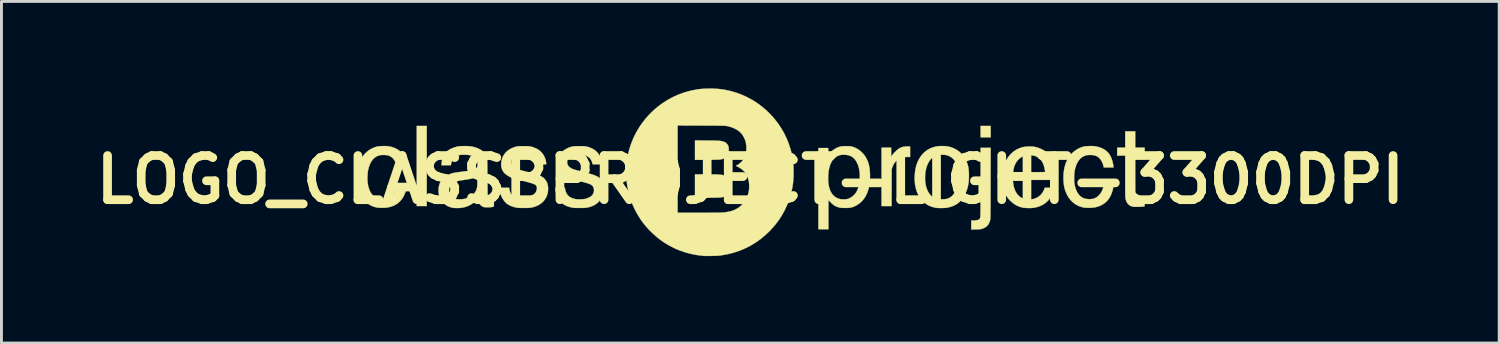
<source format=kicad_pcb>
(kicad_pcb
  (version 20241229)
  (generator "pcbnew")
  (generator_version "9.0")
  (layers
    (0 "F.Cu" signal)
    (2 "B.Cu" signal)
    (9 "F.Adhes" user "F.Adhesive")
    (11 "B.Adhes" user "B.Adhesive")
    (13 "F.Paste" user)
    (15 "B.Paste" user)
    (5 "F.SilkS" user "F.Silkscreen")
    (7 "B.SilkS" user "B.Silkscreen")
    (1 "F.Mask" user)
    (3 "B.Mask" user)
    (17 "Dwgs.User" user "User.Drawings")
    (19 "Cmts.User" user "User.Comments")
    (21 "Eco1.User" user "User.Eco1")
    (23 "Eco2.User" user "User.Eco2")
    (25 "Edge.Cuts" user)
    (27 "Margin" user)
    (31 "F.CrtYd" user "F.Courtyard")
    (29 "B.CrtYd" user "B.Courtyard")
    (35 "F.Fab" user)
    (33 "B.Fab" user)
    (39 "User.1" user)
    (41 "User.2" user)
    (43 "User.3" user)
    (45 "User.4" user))
  (footprint "LOGO_CLASSBPROJECT-LIGHT-3300DPI"
    (layer "F.Cu")
    (at 22.831 3.149)
    (property "Reference" "LOGO_CLASSBPROJECT-LIGHT-3300DPI" (at 0 0 0) (layer "F.SilkS") (effects (font (size 1.524 1.524) (thickness 0.3))))
    (attr through_hole)
    (fp_poly (pts (xy -11.161 0.908) (xy -11.507 0.908) (xy -11.507 -1.855) (xy -11.161 -1.855) (xy -11.161 0.908)) (stroke (width 0.01) (type solid)) (fill yes) (layer "F.SilkS"))
    (fp_poly (pts (xy 8.29 -1.462) (xy 7.943 -1.462) (xy 7.943 -1.855) (xy 8.29 -1.855) (xy 8.29 -1.462)) (stroke (width 0.01) (type solid)) (fill yes) (layer "F.SilkS"))
    (fp_poly (pts (xy 5.511 -0.785) (xy 5.408 -0.785) (xy 5.32 -0.781) (xy 5.242 -0.769) (xy 5.174 -0.747) (xy 5.113 -0.715) (xy 5.058 -0.673) (xy 5.028 -0.643) (xy 4.983 -0.59) (xy 4.947 -0.538) (xy 4.918 -0.479) (xy 4.9 -0.433) (xy 4.876 -0.366) (xy 4.874 0.271) (xy 4.872 0.908) (xy 4.526 0.908) (xy 4.526 -1.108) (xy 4.857 -1.108) (xy 4.857 -0.79) (xy 4.879 -0.825) (xy 4.906 -0.862) (xy 4.941 -0.905) (xy 4.981 -0.948) (xy 5.023 -0.99) (xy 5.062 -1.026) (xy 5.068 -1.03) (xy 5.128 -1.074) (xy 5.188 -1.106) (xy 5.249 -1.129) (xy 5.317 -1.142) (xy 5.394 -1.147) (xy 5.414 -1.147) (xy 5.511 -1.147) (xy 5.511 -0.785)) (stroke (width 0.01) (type solid)) (fill yes) (layer "F.SilkS"))
    (fp_poly (pts (xy -1.518 -0.185) (xy -1.412 -0.185) (xy -1.319 -0.184) (xy -1.239 -0.183) (xy -1.171 -0.182) (xy -1.113 -0.179) (xy -1.063 -0.176) (xy -1.021 -0.172) (xy -0.985 -0.167) (xy -0.953 -0.161) (xy -0.926 -0.153) (xy -0.9 -0.144) (xy -0.875 -0.134) (xy -0.857 -0.125) (xy -0.797 -0.089) (xy -0.749 -0.041) (xy -0.712 0.016) (xy -0.688 0.081) (xy -0.682 0.113) (xy -0.679 0.156) (xy -0.678 0.204) (xy -0.679 0.252) (xy -0.683 0.295) (xy -0.686 0.312) (xy -0.705 0.381) (xy -0.738 0.443) (xy -0.781 0.498) (xy -0.834 0.544) (xy -0.88 0.57) (xy -0.901 0.58) (xy -0.92 0.588) (xy -0.94 0.595) (xy -0.96 0.601) (xy -0.984 0.606) (xy -1.011 0.61) (xy -1.043 0.613) (xy -1.082 0.615) (xy -1.129 0.617) (xy -1.185 0.618) (xy -1.252 0.619) (xy -1.331 0.62) (xy -1.424 0.621) (xy -1.472 0.621) (xy -1.909 0.625) (xy -1.909 -0.185) (xy -1.518 -0.185)) (stroke (width 0.01) (type solid)) (fill yes) (layer "F.SilkS"))
    (fp_poly (pts (xy -1.495 -1.352) (xy -1.399 -1.352) (xy -1.317 -1.351) (xy -1.248 -1.349) (xy -1.189 -1.348) (xy -1.14 -1.346) (xy -1.099 -1.344) (xy -1.064 -1.342) (xy -1.034 -1.338) (xy -1.007 -1.334) (xy -0.983 -1.329) (xy -0.958 -1.323) (xy -0.933 -1.316) (xy -0.921 -1.313) (xy -0.868 -1.29) (xy -0.821 -1.254) (xy -0.787 -1.213) (xy -0.769 -1.184) (xy -0.757 -1.154) (xy -0.749 -1.122) (xy -0.745 -1.082) (xy -0.743 -1.032) (xy -0.743 -1.02) (xy -0.744 -0.977) (xy -0.746 -0.945) (xy -0.75 -0.92) (xy -0.756 -0.898) (xy -0.761 -0.884) (xy -0.79 -0.83) (xy -0.83 -0.785) (xy -0.883 -0.75) (xy -0.897 -0.742) (xy -0.919 -0.732) (xy -0.94 -0.723) (xy -0.96 -0.715) (xy -0.98 -0.709) (xy -1.004 -0.704) (xy -1.031 -0.699) (xy -1.062 -0.696) (xy -1.101 -0.693) (xy -1.147 -0.692) (xy -1.203 -0.69) (xy -1.269 -0.689) (xy -1.347 -0.688) (xy -1.438 -0.687) (xy -1.484 -0.687) (xy -1.909 -0.684) (xy -1.909 -1.356) (xy -1.495 -1.352)) (stroke (width 0.01) (type solid)) (fill yes) (layer "F.SilkS"))
    (fp_poly (pts (xy 8.287 0.121) (xy 8.287 0.283) (xy 8.287 0.429) (xy 8.286 0.562) (xy 8.286 0.682) (xy 8.286 0.789) (xy 8.285 0.884) (xy 8.285 0.969) (xy 8.284 1.043) (xy 8.284 1.107) (xy 8.283 1.163) (xy 8.282 1.211) (xy 8.282 1.251) (xy 8.281 1.285) (xy 8.28 1.313) (xy 8.279 1.336) (xy 8.278 1.354) (xy 8.276 1.368) (xy 8.275 1.38) (xy 8.273 1.389) (xy 8.272 1.397) (xy 8.246 1.474) (xy 8.211 1.541) (xy 8.165 1.596) (xy 8.108 1.641) (xy 8.04 1.676) (xy 7.978 1.697) (xy 7.954 1.703) (xy 7.923 1.707) (xy 7.884 1.71) (xy 7.832 1.713) (xy 7.776 1.714) (xy 7.62 1.718) (xy 7.62 1.409) (xy 7.668 1.409) (xy 7.711 1.407) (xy 7.757 1.403) (xy 7.803 1.397) (xy 7.842 1.39) (xy 7.871 1.382) (xy 7.874 1.381) (xy 7.896 1.368) (xy 7.913 1.348) (xy 7.925 1.319) (xy 7.934 1.277) (xy 7.935 1.265) (xy 7.936 1.25) (xy 7.937 1.219) (xy 7.938 1.174) (xy 7.939 1.115) (xy 7.94 1.042) (xy 7.941 0.956) (xy 7.941 0.857) (xy 7.942 0.746) (xy 7.942 0.622) (xy 7.943 0.487) (xy 7.943 0.34) (xy 7.943 0.183) (xy 7.943 0.056) (xy 7.943 -1.101) (xy 8.29 -1.101) (xy 8.287 0.121)) (stroke (width 0.01) (type solid)) (fill yes) (layer "F.SilkS"))
    (fp_poly (pts (xy 13.277 -1.108) (xy 13.601 -1.108) (xy 13.601 -0.831) (xy 13.277 -0.831) (xy 13.277 -0.156) (xy 13.277 -0.038) (xy 13.278 0.065) (xy 13.278 0.155) (xy 13.278 0.233) (xy 13.278 0.299) (xy 13.279 0.354) (xy 13.279 0.4) (xy 13.28 0.438) (xy 13.281 0.468) (xy 13.282 0.492) (xy 13.283 0.51) (xy 13.285 0.524) (xy 13.287 0.535) (xy 13.289 0.542) (xy 13.291 0.549) (xy 13.292 0.55) (xy 13.307 0.578) (xy 13.326 0.599) (xy 13.349 0.614) (xy 13.381 0.624) (xy 13.423 0.629) (xy 13.477 0.631) (xy 13.496 0.631) (xy 13.601 0.631) (xy 13.601 0.914) (xy 13.556 0.924) (xy 13.527 0.928) (xy 13.486 0.932) (xy 13.438 0.934) (xy 13.386 0.936) (xy 13.332 0.936) (xy 13.282 0.936) (xy 13.237 0.934) (xy 13.202 0.931) (xy 13.183 0.927) (xy 13.118 0.905) (xy 13.064 0.871) (xy 13.019 0.827) (xy 12.983 0.771) (xy 12.956 0.702) (xy 12.943 0.657) (xy 12.941 0.646) (xy 12.939 0.633) (xy 12.938 0.617) (xy 12.936 0.596) (xy 12.935 0.571) (xy 12.934 0.54) (xy 12.933 0.501) (xy 12.933 0.455) (xy 12.932 0.399) (xy 12.932 0.334) (xy 12.931 0.258) (xy 12.931 0.169) (xy 12.931 0.068) (xy 12.931 -0.047) (xy 12.931 -0.115) (xy 12.931 -0.831) (xy 12.654 -0.831) (xy 12.654 -1.108) (xy 12.931 -1.108) (xy 12.931 -1.67) (xy 13.277 -1.67) (xy 13.277 -1.108)) (stroke (width 0.01) (type solid)) (fill yes) (layer "F.SilkS"))
    (fp_poly (pts (xy -12.566 -1.161) (xy -12.516 -1.158) (xy -12.492 -1.155) (xy -12.382 -1.133) (xy -12.281 -1.1) (xy -12.191 -1.057) (xy -12.111 -1.004) (xy -12.042 -0.941) (xy -12.017 -0.911) (xy -11.97 -0.843) (xy -11.93 -0.764) (xy -11.897 -0.673) (xy -11.87 -0.57) (xy -11.85 -0.456) (xy -11.845 -0.423) (xy -12.182 -0.423) (xy -12.2 -0.49) (xy -12.224 -0.565) (xy -12.257 -0.636) (xy -12.296 -0.698) (xy -12.333 -0.742) (xy -12.38 -0.783) (xy -12.432 -0.814) (xy -12.49 -0.836) (xy -12.557 -0.849) (xy -12.636 -0.854) (xy -12.654 -0.854) (xy -12.706 -0.853) (xy -12.751 -0.849) (xy -12.787 -0.843) (xy -12.789 -0.843) (xy -12.868 -0.815) (xy -12.939 -0.774) (xy -13.002 -0.72) (xy -13.057 -0.653) (xy -13.104 -0.573) (xy -13.143 -0.479) (xy -13.174 -0.373) (xy -13.189 -0.302) (xy -13.197 -0.248) (xy -13.202 -0.182) (xy -13.206 -0.111) (xy -13.207 -0.038) (xy -13.205 0.032) (xy -13.201 0.095) (xy -13.197 0.131) (xy -13.177 0.233) (xy -13.148 0.327) (xy -13.111 0.412) (xy -13.067 0.485) (xy -13.016 0.546) (xy -12.968 0.589) (xy -12.919 0.621) (xy -12.864 0.644) (xy -12.826 0.654) (xy -12.774 0.664) (xy -12.714 0.669) (xy -12.652 0.669) (xy -12.593 0.665) (xy -12.555 0.658) (xy -12.483 0.633) (xy -12.416 0.594) (xy -12.356 0.543) (xy -12.302 0.479) (xy -12.256 0.404) (xy -12.218 0.318) (xy -12.192 0.233) (xy -12.184 0.2) (xy -11.845 0.2) (xy -11.85 0.229) (xy -11.876 0.354) (xy -11.911 0.466) (xy -11.955 0.566) (xy -12.009 0.655) (xy -12.072 0.732) (xy -12.144 0.799) (xy -12.196 0.836) (xy -12.269 0.879) (xy -12.344 0.912) (xy -12.425 0.938) (xy -12.516 0.958) (xy -12.518 0.958) (xy -12.56 0.963) (xy -12.612 0.967) (xy -12.669 0.969) (xy -12.729 0.969) (xy -12.787 0.967) (xy -12.838 0.964) (xy -12.879 0.959) (xy -12.888 0.958) (xy -12.994 0.929) (xy -13.093 0.887) (xy -13.184 0.832) (xy -13.268 0.765) (xy -13.343 0.686) (xy -13.408 0.596) (xy -13.464 0.495) (xy -13.51 0.385) (xy -13.539 0.289) (xy -13.56 0.185) (xy -13.573 0.071) (xy -13.577 -0.049) (xy -13.574 -0.171) (xy -13.562 -0.292) (xy -13.542 -0.408) (xy -13.53 -0.458) (xy -13.493 -0.577) (xy -13.444 -0.687) (xy -13.384 -0.787) (xy -13.314 -0.877) (xy -13.234 -0.957) (xy -13.145 -1.025) (xy -13.047 -1.081) (xy -12.941 -1.124) (xy -12.889 -1.14) (xy -12.851 -1.148) (xy -12.802 -1.154) (xy -12.745 -1.158) (xy -12.685 -1.161) (xy -12.623 -1.162) (xy -12.566 -1.161)) (stroke (width 0.01) (type solid)) (fill yes) (layer "F.SilkS"))
    (fp_poly (pts (xy 11.81 -1.161) (xy 11.861 -1.158) (xy 11.885 -1.155) (xy 11.995 -1.133) (xy 12.095 -1.1) (xy 12.186 -1.057) (xy 12.266 -1.004) (xy 12.334 -0.941) (xy 12.36 -0.911) (xy 12.406 -0.843) (xy 12.446 -0.764) (xy 12.479 -0.673) (xy 12.506 -0.57) (xy 12.526 -0.456) (xy 12.531 -0.423) (xy 12.194 -0.423) (xy 12.177 -0.49) (xy 12.152 -0.565) (xy 12.119 -0.636) (xy 12.08 -0.698) (xy 12.043 -0.742) (xy 11.996 -0.783) (xy 11.944 -0.814) (xy 11.886 -0.836) (xy 11.819 -0.849) (xy 11.741 -0.854) (xy 11.722 -0.854) (xy 11.671 -0.853) (xy 11.625 -0.849) (xy 11.59 -0.843) (xy 11.587 -0.843) (xy 11.508 -0.815) (xy 11.437 -0.774) (xy 11.374 -0.72) (xy 11.319 -0.653) (xy 11.272 -0.573) (xy 11.233 -0.479) (xy 11.202 -0.373) (xy 11.187 -0.302) (xy 11.18 -0.248) (xy 11.174 -0.182) (xy 11.171 -0.111) (xy 11.17 -0.038) (xy 11.171 0.032) (xy 11.175 0.095) (xy 11.179 0.131) (xy 11.199 0.233) (xy 11.228 0.327) (xy 11.265 0.412) (xy 11.31 0.485) (xy 11.361 0.546) (xy 11.409 0.589) (xy 11.458 0.621) (xy 11.513 0.644) (xy 11.55 0.654) (xy 11.602 0.664) (xy 11.662 0.669) (xy 11.724 0.669) (xy 11.783 0.665) (xy 11.822 0.658) (xy 11.894 0.633) (xy 11.96 0.594) (xy 12.021 0.543) (xy 12.074 0.479) (xy 12.12 0.404) (xy 12.158 0.318) (xy 12.184 0.233) (xy 12.193 0.2) (xy 12.531 0.2) (xy 12.527 0.229) (xy 12.5 0.354) (xy 12.465 0.466) (xy 12.421 0.566) (xy 12.367 0.655) (xy 12.305 0.732) (xy 12.232 0.799) (xy 12.18 0.836) (xy 12.107 0.879) (xy 12.032 0.912) (xy 11.951 0.938) (xy 11.86 0.958) (xy 11.858 0.958) (xy 11.816 0.963) (xy 11.765 0.967) (xy 11.707 0.969) (xy 11.647 0.969) (xy 11.59 0.967) (xy 11.538 0.964) (xy 11.497 0.959) (xy 11.489 0.958) (xy 11.383 0.929) (xy 11.283 0.887) (xy 11.192 0.832) (xy 11.108 0.765) (xy 11.034 0.686) (xy 10.968 0.596) (xy 10.912 0.495) (xy 10.866 0.385) (xy 10.838 0.289) (xy 10.817 0.185) (xy 10.804 0.071) (xy 10.799 -0.049) (xy 10.803 -0.171) (xy 10.814 -0.292) (xy 10.834 -0.408) (xy 10.846 -0.458) (xy 10.883 -0.577) (xy 10.932 -0.687) (xy 10.992 -0.787) (xy 11.062 -0.877) (xy 11.142 -0.957) (xy 11.232 -1.025) (xy 11.329 -1.081) (xy 11.435 -1.124) (xy 11.488 -1.14) (xy 11.525 -1.148) (xy 11.574 -1.154) (xy 11.631 -1.158) (xy 11.692 -1.161) (xy 11.753 -1.162) (xy 11.81 -1.161)) (stroke (width 0.01) (type solid)) (fill yes) (layer "F.SilkS"))
    (fp_poly (pts (xy 3.362 -1.158) (xy 3.403 -1.157) (xy 3.434 -1.156) (xy 3.459 -1.153) (xy 3.48 -1.15) (xy 3.502 -1.144) (xy 3.527 -1.137) (xy 3.529 -1.136) (xy 3.63 -1.097) (xy 3.724 -1.045) (xy 3.81 -0.981) (xy 3.887 -0.905) (xy 3.955 -0.818) (xy 4.012 -0.722) (xy 4.059 -0.616) (xy 4.067 -0.591) (xy 4.093 -0.498) (xy 4.112 -0.394) (xy 4.124 -0.282) (xy 4.129 -0.165) (xy 4.127 -0.046) (xy 4.119 0.073) (xy 4.104 0.188) (xy 4.082 0.297) (xy 4.068 0.35) (xy 4.027 0.466) (xy 3.976 0.571) (xy 3.914 0.666) (xy 3.842 0.749) (xy 3.76 0.82) (xy 3.668 0.88) (xy 3.629 0.901) (xy 3.579 0.924) (xy 3.535 0.942) (xy 3.492 0.955) (xy 3.448 0.964) (xy 3.4 0.97) (xy 3.343 0.973) (xy 3.275 0.973) (xy 3.267 0.973) (xy 3.214 0.973) (xy 3.173 0.972) (xy 3.142 0.971) (xy 3.117 0.969) (xy 3.095 0.965) (xy 3.074 0.96) (xy 3.05 0.953) (xy 3.044 0.952) (xy 2.988 0.932) (xy 2.939 0.911) (xy 2.895 0.886) (xy 2.852 0.854) (xy 2.805 0.813) (xy 2.781 0.789) (xy 2.694 0.704) (xy 2.694 1.709) (xy 2.348 1.709) (xy 2.348 -0.018) (xy 2.684 -0.018) (xy 2.691 0.103) (xy 2.707 0.213) (xy 2.733 0.312) (xy 2.768 0.4) (xy 2.812 0.477) (xy 2.865 0.542) (xy 2.927 0.594) (xy 2.998 0.635) (xy 3.076 0.663) (xy 3.106 0.67) (xy 3.14 0.674) (xy 3.184 0.676) (xy 3.233 0.676) (xy 3.281 0.674) (xy 3.322 0.67) (xy 3.351 0.665) (xy 3.42 0.64) (xy 3.487 0.602) (xy 3.55 0.553) (xy 3.607 0.496) (xy 3.653 0.432) (xy 3.67 0.402) (xy 3.706 0.325) (xy 3.733 0.244) (xy 3.754 0.157) (xy 3.768 0.06) (xy 3.776 -0.042) (xy 3.777 -0.162) (xy 3.768 -0.277) (xy 3.75 -0.384) (xy 3.723 -0.483) (xy 3.687 -0.573) (xy 3.643 -0.652) (xy 3.59 -0.719) (xy 3.579 -0.731) (xy 3.521 -0.781) (xy 3.457 -0.818) (xy 3.386 -0.844) (xy 3.307 -0.858) (xy 3.229 -0.862) (xy 3.181 -0.861) (xy 3.137 -0.857) (xy 3.102 -0.851) (xy 3.098 -0.85) (xy 3.018 -0.823) (xy 2.947 -0.782) (xy 2.884 -0.729) (xy 2.83 -0.662) (xy 2.784 -0.584) (xy 2.747 -0.492) (xy 2.718 -0.388) (xy 2.698 -0.272) (xy 2.687 -0.149) (xy 2.684 -0.018) (xy 2.348 -0.018) (xy 2.348 -1.093) (xy 2.686 -1.093) (xy 2.686 -0.864) (xy 2.769 -0.946) (xy 2.836 -1.007) (xy 2.902 -1.055) (xy 2.97 -1.094) (xy 3.045 -1.125) (xy 3.11 -1.145) (xy 3.131 -1.15) (xy 3.156 -1.154) (xy 3.186 -1.156) (xy 3.224 -1.157) (xy 3.273 -1.158) (xy 3.31 -1.158) (xy 3.362 -1.158)) (stroke (width 0.01) (type solid)) (fill yes) (layer "F.SilkS"))
    (fp_poly (pts (xy 6.668 -1.161) (xy 6.729 -1.158) (xy 6.782 -1.153) (xy 6.801 -1.15) (xy 6.916 -1.123) (xy 7.024 -1.081) (xy 7.126 -1.026) (xy 7.219 -0.958) (xy 7.277 -0.905) (xy 7.347 -0.826) (xy 7.406 -0.741) (xy 7.453 -0.646) (xy 7.487 -0.554) (xy 7.506 -0.491) (xy 7.52 -0.428) (xy 7.53 -0.361) (xy 7.536 -0.288) (xy 7.541 -0.203) (xy 7.541 -0.191) (xy 7.54 -0.043) (xy 7.529 0.095) (xy 7.506 0.225) (xy 7.472 0.346) (xy 7.427 0.461) (xy 7.37 0.57) (xy 7.336 0.623) (xy 7.272 0.709) (xy 7.198 0.783) (xy 7.114 0.844) (xy 7.021 0.895) (xy 6.918 0.933) (xy 6.805 0.961) (xy 6.777 0.966) (xy 6.738 0.971) (xy 6.688 0.974) (xy 6.631 0.976) (xy 6.571 0.977) (xy 6.512 0.976) (xy 6.458 0.974) (xy 6.412 0.97) (xy 6.385 0.966) (xy 6.273 0.938) (xy 6.169 0.898) (xy 6.074 0.844) (xy 5.988 0.778) (xy 5.911 0.7) (xy 5.843 0.609) (xy 5.79 0.519) (xy 5.743 0.41) (xy 5.707 0.291) (xy 5.682 0.165) (xy 5.669 0.031) (xy 5.668 -0.063) (xy 6.027 -0.063) (xy 6.032 0.051) (xy 6.046 0.159) (xy 6.069 0.258) (xy 6.101 0.349) (xy 6.141 0.431) (xy 6.189 0.501) (xy 6.244 0.56) (xy 6.306 0.606) (xy 6.336 0.623) (xy 6.383 0.644) (xy 6.428 0.659) (xy 6.474 0.669) (xy 6.526 0.674) (xy 6.587 0.675) (xy 6.619 0.675) (xy 6.668 0.673) (xy 6.705 0.671) (xy 6.734 0.668) (xy 6.759 0.664) (xy 6.784 0.657) (xy 6.801 0.652) (xy 6.868 0.624) (xy 6.927 0.587) (xy 6.979 0.539) (xy 7.025 0.481) (xy 7.065 0.409) (xy 7.101 0.324) (xy 7.116 0.282) (xy 7.148 0.169) (xy 7.169 0.056) (xy 7.179 -0.062) (xy 7.179 -0.188) (xy 7.179 -0.189) (xy 7.173 -0.286) (xy 7.161 -0.373) (xy 7.144 -0.45) (xy 7.12 -0.522) (xy 7.088 -0.592) (xy 7.086 -0.596) (xy 7.04 -0.67) (xy 6.983 -0.733) (xy 6.916 -0.784) (xy 6.839 -0.824) (xy 6.812 -0.834) (xy 6.783 -0.844) (xy 6.757 -0.85) (xy 6.73 -0.855) (xy 6.698 -0.858) (xy 6.657 -0.86) (xy 6.637 -0.86) (xy 6.568 -0.861) (xy 6.509 -0.857) (xy 6.458 -0.848) (xy 6.409 -0.834) (xy 6.36 -0.813) (xy 6.294 -0.773) (xy 6.235 -0.72) (xy 6.182 -0.654) (xy 6.136 -0.577) (xy 6.097 -0.49) (xy 6.067 -0.394) (xy 6.045 -0.289) (xy 6.031 -0.176) (xy 6.027 -0.063) (xy 5.668 -0.063) (xy 5.668 -0.109) (xy 5.672 -0.175) (xy 5.684 -0.293) (xy 5.702 -0.399) (xy 5.727 -0.496) (xy 5.759 -0.587) (xy 5.796 -0.67) (xy 5.857 -0.775) (xy 5.927 -0.869) (xy 6.006 -0.95) (xy 6.094 -1.018) (xy 6.19 -1.074) (xy 6.295 -1.116) (xy 6.408 -1.146) (xy 6.432 -1.151) (xy 6.48 -1.157) (xy 6.538 -1.161) (xy 6.602 -1.162) (xy 6.668 -1.161)) (stroke (width 0.01) (type solid)) (fill yes) (layer "F.SilkS"))
    (fp_poly (pts (xy 9.711 -1.145) (xy 9.771 -1.14) (xy 9.8 -1.136) (xy 9.905 -1.11) (xy 10.006 -1.073) (xy 10.1 -1.027) (xy 10.186 -0.971) (xy 10.262 -0.908) (xy 10.327 -0.839) (xy 10.35 -0.806) (xy 10.389 -0.745) (xy 10.422 -0.683) (xy 10.45 -0.616) (xy 10.473 -0.545) (xy 10.491 -0.467) (xy 10.505 -0.38) (xy 10.515 -0.282) (xy 10.522 -0.172) (xy 10.525 -0.11) (xy 10.529 0.008) (xy 9.059 0.008) (xy 9.059 0.04) (xy 9.061 0.073) (xy 9.066 0.116) (xy 9.074 0.164) (xy 9.083 0.212) (xy 9.093 0.257) (xy 9.098 0.276) (xy 9.129 0.364) (xy 9.169 0.443) (xy 9.217 0.512) (xy 9.273 0.569) (xy 9.335 0.614) (xy 9.362 0.628) (xy 9.411 0.649) (xy 9.46 0.663) (xy 9.513 0.672) (xy 9.572 0.676) (xy 9.64 0.675) (xy 9.688 0.674) (xy 9.724 0.671) (xy 9.753 0.667) (xy 9.779 0.661) (xy 9.807 0.652) (xy 9.81 0.651) (xy 9.893 0.615) (xy 9.967 0.566) (xy 10.031 0.507) (xy 10.084 0.436) (xy 10.126 0.356) (xy 10.135 0.335) (xy 10.156 0.277) (xy 10.328 0.277) (xy 10.499 0.277) (xy 10.494 0.306) (xy 10.477 0.373) (xy 10.449 0.446) (xy 10.412 0.521) (xy 10.367 0.595) (xy 10.318 0.665) (xy 10.265 0.726) (xy 10.252 0.739) (xy 10.17 0.81) (xy 10.079 0.869) (xy 9.978 0.916) (xy 9.869 0.95) (xy 9.77 0.969) (xy 9.722 0.974) (xy 9.665 0.977) (xy 9.602 0.977) (xy 9.538 0.976) (xy 9.478 0.972) (xy 9.424 0.967) (xy 9.39 0.961) (xy 9.284 0.931) (xy 9.183 0.887) (xy 9.087 0.828) (xy 8.997 0.755) (xy 8.99 0.748) (xy 8.917 0.673) (xy 8.855 0.592) (xy 8.804 0.506) (xy 8.763 0.412) (xy 8.73 0.308) (xy 8.706 0.192) (xy 8.697 0.139) (xy 8.693 0.096) (xy 8.691 0.043) (xy 8.689 -0.018) (xy 8.69 -0.083) (xy 8.691 -0.147) (xy 8.694 -0.207) (xy 8.699 -0.258) (xy 8.699 -0.262) (xy 9.065 -0.262) (xy 9.616 -0.262) (xy 9.722 -0.262) (xy 9.813 -0.262) (xy 9.891 -0.262) (xy 9.957 -0.262) (xy 10.011 -0.263) (xy 10.055 -0.263) (xy 10.09 -0.264) (xy 10.117 -0.265) (xy 10.137 -0.266) (xy 10.151 -0.267) (xy 10.16 -0.269) (xy 10.165 -0.271) (xy 10.167 -0.273) (xy 10.168 -0.275) (xy 10.166 -0.299) (xy 10.16 -0.333) (xy 10.152 -0.373) (xy 10.143 -0.416) (xy 10.132 -0.458) (xy 10.122 -0.494) (xy 10.121 -0.496) (xy 10.087 -0.581) (xy 10.043 -0.655) (xy 9.989 -0.717) (xy 9.926 -0.767) (xy 9.881 -0.793) (xy 9.823 -0.817) (xy 9.765 -0.834) (xy 9.702 -0.843) (xy 9.629 -0.847) (xy 9.624 -0.847) (xy 9.536 -0.841) (xy 9.457 -0.826) (xy 9.388 -0.799) (xy 9.376 -0.793) (xy 9.3 -0.744) (xy 9.234 -0.683) (xy 9.178 -0.612) (xy 9.133 -0.531) (xy 9.098 -0.441) (xy 9.076 -0.342) (xy 9.07 -0.306) (xy 9.065 -0.262) (xy 8.699 -0.262) (xy 8.701 -0.282) (xy 8.728 -0.415) (xy 8.766 -0.538) (xy 8.816 -0.653) (xy 8.879 -0.758) (xy 8.954 -0.854) (xy 9.004 -0.907) (xy 9.089 -0.979) (xy 9.181 -1.039) (xy 9.282 -1.087) (xy 9.39 -1.122) (xy 9.442 -1.132) (xy 9.505 -1.14) (xy 9.574 -1.145) (xy 9.644 -1.147) (xy 9.711 -1.145)) (stroke (width 0.01) (type solid)) (fill yes) (layer "F.SilkS"))
    (fp_poly (pts (xy -7.755 -1.158) (xy -7.694 -1.156) (xy -7.643 -1.153) (xy -7.599 -1.147) (xy -7.558 -1.14) (xy -7.518 -1.129) (xy -7.476 -1.115) (xy -7.449 -1.105) (xy -7.37 -1.07) (xy -7.299 -1.027) (xy -7.254 -0.993) (xy -7.198 -0.939) (xy -7.149 -0.875) (xy -7.107 -0.804) (xy -7.075 -0.731) (xy -7.053 -0.656) (xy -7.043 -0.585) (xy -7.043 -0.572) (xy -7.043 -0.531) (xy -7.365 -0.531) (xy -7.374 -0.574) (xy -7.388 -0.621) (xy -7.41 -0.67) (xy -7.438 -0.715) (xy -7.467 -0.751) (xy -7.471 -0.754) (xy -7.513 -0.786) (xy -7.566 -0.814) (xy -7.626 -0.837) (xy -7.647 -0.843) (xy -7.678 -0.85) (xy -7.721 -0.855) (xy -7.772 -0.858) (xy -7.826 -0.86) (xy -7.88 -0.861) (xy -7.929 -0.86) (xy -7.971 -0.857) (xy -7.988 -0.855) (xy -8.051 -0.838) (xy -8.109 -0.812) (xy -8.16 -0.778) (xy -8.2 -0.738) (xy -8.222 -0.704) (xy -8.233 -0.675) (xy -8.24 -0.638) (xy -8.242 -0.622) (xy -8.239 -0.564) (xy -8.223 -0.512) (xy -8.192 -0.465) (xy -8.148 -0.424) (xy -8.089 -0.387) (xy -8.034 -0.362) (xy -8.013 -0.355) (xy -7.979 -0.345) (xy -7.935 -0.332) (xy -7.882 -0.318) (xy -7.824 -0.302) (xy -7.762 -0.287) (xy -7.728 -0.278) (xy -7.619 -0.25) (xy -7.523 -0.225) (xy -7.441 -0.201) (xy -7.369 -0.179) (xy -7.308 -0.157) (xy -7.256 -0.136) (xy -7.211 -0.115) (xy -7.173 -0.093) (xy -7.14 -0.07) (xy -7.13 -0.062) (xy -7.095 -0.028) (xy -7.061 0.015) (xy -7.03 0.064) (xy -7.008 0.111) (xy -7.006 0.115) (xy -6.985 0.193) (xy -6.975 0.278) (xy -6.976 0.366) (xy -6.989 0.453) (xy -7.012 0.536) (xy -7.038 0.599) (xy -7.089 0.685) (xy -7.151 0.759) (xy -7.223 0.823) (xy -7.306 0.876) (xy -7.4 0.919) (xy -7.506 0.951) (xy -7.511 0.952) (xy -7.539 0.958) (xy -7.564 0.963) (xy -7.589 0.967) (xy -7.618 0.969) (xy -7.653 0.971) (xy -7.696 0.973) (xy -7.75 0.974) (xy -7.782 0.974) (xy -7.838 0.974) (xy -7.892 0.974) (xy -7.941 0.973) (xy -7.982 0.972) (xy -8.013 0.97) (xy -8.024 0.969) (xy -8.109 0.953) (xy -8.193 0.93) (xy -8.272 0.899) (xy -8.343 0.864) (xy -8.394 0.831) (xy -8.433 0.796) (xy -8.474 0.75) (xy -8.514 0.698) (xy -8.55 0.643) (xy -8.571 0.604) (xy -8.6 0.535) (xy -8.624 0.458) (xy -8.641 0.379) (xy -8.647 0.333) (xy -8.653 0.277) (xy -8.321 0.277) (xy -8.316 0.306) (xy -8.312 0.33) (xy -8.305 0.361) (xy -8.301 0.379) (xy -8.276 0.451) (xy -8.241 0.512) (xy -8.193 0.564) (xy -8.134 0.606) (xy -8.062 0.639) (xy -7.979 0.663) (xy -7.941 0.67) (xy -7.903 0.674) (xy -7.856 0.676) (xy -7.802 0.676) (xy -7.747 0.675) (xy -7.695 0.671) (xy -7.648 0.667) (xy -7.611 0.661) (xy -7.601 0.658) (xy -7.548 0.64) (xy -7.495 0.617) (xy -7.446 0.59) (xy -7.406 0.562) (xy -7.388 0.546) (xy -7.353 0.499) (xy -7.329 0.447) (xy -7.317 0.391) (xy -7.317 0.334) (xy -7.329 0.28) (xy -7.351 0.236) (xy -7.365 0.217) (xy -7.381 0.2) (xy -7.4 0.185) (xy -7.423 0.17) (xy -7.452 0.155) (xy -7.488 0.14) (xy -7.532 0.125) (xy -7.586 0.108) (xy -7.651 0.09) (xy -7.727 0.069) (xy -7.817 0.045) (xy -7.859 0.035) (xy -7.943 0.013) (xy -8.015 -0.006) (xy -8.075 -0.022) (xy -8.125 -0.036) (xy -8.168 -0.049) (xy -8.204 -0.061) (xy -8.235 -0.073) (xy -8.264 -0.085) (xy -8.292 -0.098) (xy -8.32 -0.112) (xy -8.321 -0.112) (xy -8.401 -0.161) (xy -8.468 -0.215) (xy -8.521 -0.277) (xy -8.559 -0.345) (xy -8.584 -0.42) (xy -8.595 -0.501) (xy -8.594 -0.573) (xy -8.579 -0.672) (xy -8.55 -0.763) (xy -8.509 -0.846) (xy -8.455 -0.921) (xy -8.389 -0.987) (xy -8.311 -1.044) (xy -8.222 -1.091) (xy -8.121 -1.129) (xy -8.077 -1.141) (xy -8.053 -1.147) (xy -8.031 -1.151) (xy -8.007 -1.154) (xy -7.979 -1.156) (xy -7.945 -1.157) (xy -7.901 -1.158) (xy -7.845 -1.158) (xy -7.828 -1.158) (xy -7.755 -1.158)) (stroke (width 0.01) (type solid)) (fill yes) (layer "F.SilkS"))
    (fp_poly (pts (xy -5.831 -1.158) (xy -5.77 -1.156) (xy -5.719 -1.153) (xy -5.675 -1.147) (xy -5.634 -1.14) (xy -5.594 -1.129) (xy -5.551 -1.115) (xy -5.525 -1.105) (xy -5.445 -1.07) (xy -5.375 -1.027) (xy -5.33 -0.993) (xy -5.274 -0.939) (xy -5.225 -0.875) (xy -5.183 -0.804) (xy -5.15 -0.731) (xy -5.128 -0.656) (xy -5.119 -0.585) (xy -5.119 -0.572) (xy -5.118 -0.531) (xy -5.441 -0.531) (xy -5.449 -0.574) (xy -5.464 -0.621) (xy -5.486 -0.67) (xy -5.513 -0.715) (xy -5.543 -0.751) (xy -5.546 -0.754) (xy -5.588 -0.786) (xy -5.642 -0.814) (xy -5.702 -0.837) (xy -5.723 -0.843) (xy -5.754 -0.85) (xy -5.797 -0.855) (xy -5.848 -0.858) (xy -5.902 -0.86) (xy -5.955 -0.861) (xy -6.005 -0.86) (xy -6.047 -0.857) (xy -6.063 -0.855) (xy -6.127 -0.838) (xy -6.185 -0.812) (xy -6.236 -0.778) (xy -6.276 -0.738) (xy -6.298 -0.704) (xy -6.309 -0.675) (xy -6.316 -0.638) (xy -6.318 -0.622) (xy -6.315 -0.564) (xy -6.299 -0.512) (xy -6.268 -0.465) (xy -6.223 -0.424) (xy -6.164 -0.387) (xy -6.11 -0.362) (xy -6.089 -0.355) (xy -6.055 -0.345) (xy -6.01 -0.332) (xy -5.958 -0.318) (xy -5.9 -0.302) (xy -5.838 -0.287) (xy -5.804 -0.278) (xy -5.694 -0.25) (xy -5.599 -0.225) (xy -5.516 -0.201) (xy -5.445 -0.179) (xy -5.384 -0.157) (xy -5.332 -0.136) (xy -5.287 -0.115) (xy -5.249 -0.093) (xy -5.216 -0.07) (xy -5.205 -0.062) (xy -5.171 -0.028) (xy -5.136 0.015) (xy -5.106 0.064) (xy -5.083 0.111) (xy -5.082 0.115) (xy -5.061 0.193) (xy -5.051 0.278) (xy -5.052 0.366) (xy -5.064 0.453) (xy -5.087 0.536) (xy -5.114 0.599) (xy -5.165 0.685) (xy -5.227 0.759) (xy -5.299 0.823) (xy -5.382 0.876) (xy -5.476 0.919) (xy -5.582 0.951) (xy -5.587 0.952) (xy -5.615 0.958) (xy -5.64 0.963) (xy -5.665 0.967) (xy -5.694 0.969) (xy -5.728 0.971) (xy -5.771 0.973) (xy -5.826 0.974) (xy -5.857 0.974) (xy -5.913 0.974) (xy -5.967 0.974) (xy -6.017 0.973) (xy -6.058 0.972) (xy -6.088 0.97) (xy -6.1 0.969) (xy -6.185 0.953) (xy -6.269 0.93) (xy -6.348 0.899) (xy -6.419 0.864) (xy -6.469 0.831) (xy -6.509 0.796) (xy -6.55 0.75) (xy -6.59 0.698) (xy -6.626 0.643) (xy -6.647 0.604) (xy -6.676 0.535) (xy -6.7 0.458) (xy -6.717 0.379) (xy -6.723 0.333) (xy -6.729 0.277) (xy -6.397 0.277) (xy -6.392 0.306) (xy -6.387 0.33) (xy -6.381 0.361) (xy -6.376 0.379) (xy -6.352 0.451) (xy -6.316 0.512) (xy -6.269 0.564) (xy -6.209 0.606) (xy -6.138 0.639) (xy -6.054 0.663) (xy -6.016 0.67) (xy -5.979 0.674) (xy -5.931 0.676) (xy -5.878 0.676) (xy -5.823 0.675) (xy -5.77 0.671) (xy -5.723 0.667) (xy -5.687 0.661) (xy -5.677 0.658) (xy -5.624 0.64) (xy -5.571 0.617) (xy -5.522 0.59) (xy -5.482 0.562) (xy -5.464 0.546) (xy -5.429 0.499) (xy -5.405 0.447) (xy -5.393 0.391) (xy -5.393 0.334) (xy -5.405 0.28) (xy -5.427 0.236) (xy -5.441 0.217) (xy -5.456 0.2) (xy -5.475 0.185) (xy -5.499 0.17) (xy -5.528 0.155) (xy -5.564 0.14) (xy -5.608 0.125) (xy -5.662 0.108) (xy -5.726 0.09) (xy -5.803 0.069) (xy -5.893 0.045) (xy -5.934 0.035) (xy -6.019 0.013) (xy -6.091 -0.006) (xy -6.151 -0.022) (xy -6.201 -0.036) (xy -6.243 -0.049) (xy -6.279 -0.061) (xy -6.311 -0.073) (xy -6.34 -0.085) (xy -6.368 -0.098) (xy -6.396 -0.112) (xy -6.397 -0.112) (xy -6.477 -0.161) (xy -6.544 -0.215) (xy -6.596 -0.277) (xy -6.635 -0.345) (xy -6.66 -0.42) (xy -6.671 -0.501) (xy -6.67 -0.573) (xy -6.655 -0.672) (xy -6.626 -0.763) (xy -6.585 -0.846) (xy -6.531 -0.921) (xy -6.465 -0.987) (xy -6.387 -1.044) (xy -6.298 -1.091) (xy -6.197 -1.129) (xy -6.152 -1.141) (xy -6.129 -1.147) (xy -6.107 -1.151) (xy -6.083 -1.154) (xy -6.055 -1.156) (xy -6.021 -1.157) (xy -5.977 -1.158) (xy -5.921 -1.158) (xy -5.904 -1.158) (xy -5.831 -1.158)) (stroke (width 0.01) (type solid)) (fill yes) (layer "F.SilkS"))
    (fp_poly (pts (xy -1.256 -3.141) (xy -1.13 -3.134) (xy -1.008 -3.122) (xy -0.888 -3.103) (xy -0.764 -3.078) (xy -0.687 -3.06) (xy -0.489 -3.003) (xy -0.298 -2.933) (xy -0.113 -2.849) (xy 0.065 -2.753) (xy 0.236 -2.645) (xy 0.398 -2.525) (xy 0.552 -2.394) (xy 0.696 -2.253) (xy 0.831 -2.103) (xy 0.954 -1.943) (xy 1.067 -1.775) (xy 1.167 -1.6) (xy 1.256 -1.417) (xy 1.331 -1.227) (xy 1.392 -1.032) (xy 1.408 -0.973) (xy 1.436 -0.853) (xy 1.457 -0.739) (xy 1.474 -0.628) (xy 1.485 -0.514) (xy 1.491 -0.395) (xy 1.493 -0.264) (xy 1.493 -0.253) (xy 1.489 -0.069) (xy 1.474 0.106) (xy 1.449 0.275) (xy 1.413 0.442) (xy 1.365 0.61) (xy 1.342 0.68) (xy 1.267 0.876) (xy 1.181 1.061) (xy 1.083 1.238) (xy 0.972 1.407) (xy 0.847 1.569) (xy 0.709 1.725) (xy 0.674 1.762) (xy 0.518 1.91) (xy 0.356 2.045) (xy 0.186 2.166) (xy 0.008 2.273) (xy -0.176 2.367) (xy -0.367 2.447) (xy -0.565 2.514) (xy -0.77 2.566) (xy -0.981 2.605) (xy -1.018 2.61) (xy -1.065 2.616) (xy -1.113 2.62) (xy -1.166 2.623) (xy -1.227 2.626) (xy -1.298 2.627) (xy -1.351 2.628) (xy -1.409 2.629) (xy -1.463 2.629) (xy -1.512 2.629) (xy -1.553 2.629) (xy -1.583 2.628) (xy -1.601 2.628) (xy -1.601 2.628) (xy -1.816 2.602) (xy -2.022 2.564) (xy -2.221 2.513) (xy -2.413 2.449) (xy -2.598 2.373) (xy -2.778 2.282) (xy -2.933 2.192) (xy -3.078 2.093) (xy -3.222 1.981) (xy -3.361 1.858) (xy -3.494 1.728) (xy -3.616 1.591) (xy -3.727 1.451) (xy -3.773 1.385) (xy -3.887 1.206) (xy -3.924 1.139) (xy -2.509 1.139) (xy -1.763 1.139) (xy -1.635 1.139) (xy -1.515 1.139) (xy -1.405 1.138) (xy -1.303 1.138) (xy -1.213 1.137) (xy -1.133 1.136) (xy -1.066 1.135) (xy -1.011 1.134) (xy -0.97 1.133) (xy -0.943 1.132) (xy -0.938 1.131) (xy -0.82 1.116) (xy -0.715 1.096) (xy -0.621 1.071) (xy -0.537 1.038) (xy -0.46 0.998) (xy -0.389 0.951) (xy -0.322 0.894) (xy -0.316 0.889) (xy -0.238 0.804) (xy -0.171 0.711) (xy -0.117 0.609) (xy -0.077 0.5) (xy -0.05 0.385) (xy -0.049 0.384) (xy -0.043 0.326) (xy -0.039 0.26) (xy -0.04 0.191) (xy -0.044 0.123) (xy -0.051 0.062) (xy -0.061 0.012) (xy -0.095 -0.091) (xy -0.14 -0.184) (xy -0.196 -0.265) (xy -0.263 -0.336) (xy -0.341 -0.396) (xy -0.43 -0.446) (xy -0.44 -0.45) (xy -0.466 -0.462) (xy -0.484 -0.472) (xy -0.492 -0.478) (xy -0.492 -0.478) (xy -0.486 -0.484) (xy -0.472 -0.492) (xy -0.42 -0.521) (xy -0.367 -0.561) (xy -0.315 -0.608) (xy -0.268 -0.659) (xy -0.229 -0.71) (xy -0.214 -0.736) (xy -0.18 -0.814) (xy -0.155 -0.902) (xy -0.14 -0.997) (xy -0.136 -1.095) (xy -0.141 -1.195) (xy -0.157 -1.292) (xy -0.162 -1.31) (xy -0.18 -1.368) (xy -0.206 -1.431) (xy -0.238 -1.492) (xy -0.271 -1.547) (xy -0.296 -1.58) (xy -0.363 -1.649) (xy -0.44 -1.709) (xy -0.53 -1.76) (xy -0.631 -1.803) (xy -0.745 -1.838) (xy -0.812 -1.853) (xy -0.823 -1.855) (xy -0.837 -1.857) (xy -0.853 -1.858) (xy -0.874 -1.86) (xy -0.899 -1.861) (xy -0.931 -1.862) (xy -0.969 -1.863) (xy -1.015 -1.864) (xy -1.069 -1.865) (xy -1.133 -1.865) (xy -1.207 -1.866) (xy -1.292 -1.867) (xy -1.39 -1.867) (xy -1.501 -1.867) (xy -1.626 -1.868) (xy -1.691 -1.868) (xy -2.509 -1.871) (xy -2.509 1.139) (xy -3.924 1.139) (xy -3.987 1.021) (xy -4.073 0.83) (xy -4.144 0.633) (xy -4.201 0.431) (xy -4.243 0.224) (xy -4.268 0.04) (xy -4.276 -0.056) (xy -4.28 -0.163) (xy -4.28 -0.276) (xy -4.278 -0.391) (xy -4.271 -0.503) (xy -4.262 -0.608) (xy -4.256 -0.658) (xy -4.221 -0.86) (xy -4.172 -1.058) (xy -4.109 -1.25) (xy -4.033 -1.437) (xy -3.944 -1.617) (xy -3.843 -1.791) (xy -3.73 -1.956) (xy -3.607 -2.114) (xy -3.473 -2.263) (xy -3.329 -2.402) (xy -3.176 -2.532) (xy -3.014 -2.65) (xy -2.844 -2.758) (xy -2.666 -2.853) (xy -2.482 -2.936) (xy -2.29 -3.006) (xy -2.1 -3.06) (xy -1.971 -3.089) (xy -1.849 -3.111) (xy -1.729 -3.128) (xy -1.606 -3.138) (xy -1.476 -3.143) (xy -1.393 -3.144) (xy -1.256 -3.141)) (stroke (width 0.01) (type solid)) (fill yes) (layer "F.SilkS"))
    (fp_poly (pts (xy -9.694 -1.155) (xy -9.608 -1.145) (xy -9.528 -1.127) (xy -9.452 -1.104) (xy -9.377 -1.073) (xy -9.356 -1.062) (xy -9.279 -1.019) (xy -9.215 -0.97) (xy -9.164 -0.914) (xy -9.124 -0.849) (xy -9.092 -0.774) (xy -9.085 -0.75) (xy -9.083 -0.741) (xy -9.08 -0.73) (xy -9.079 -0.717) (xy -9.077 -0.7) (xy -9.076 -0.678) (xy -9.074 -0.65) (xy -9.073 -0.616) (xy -9.072 -0.573) (xy -9.071 -0.522) (xy -9.071 -0.461) (xy -9.07 -0.39) (xy -9.069 -0.306) (xy -9.068 -0.21) (xy -9.068 -0.1) (xy -9.067 -0.042) (xy -9.067 0.079) (xy -9.066 0.186) (xy -9.065 0.28) (xy -9.064 0.36) (xy -9.063 0.429) (xy -9.062 0.486) (xy -9.061 0.532) (xy -9.06 0.569) (xy -9.058 0.597) (xy -9.057 0.617) (xy -9.055 0.63) (xy -9.053 0.637) (xy -9.053 0.637) (xy -9.041 0.655) (xy -9.025 0.667) (xy -9.003 0.674) (xy -8.972 0.677) (xy -8.93 0.676) (xy -8.924 0.676) (xy -8.844 0.672) (xy -8.844 0.922) (xy -8.884 0.935) (xy -8.915 0.943) (xy -8.957 0.948) (xy -9.005 0.952) (xy -9.056 0.953) (xy -9.105 0.953) (xy -9.149 0.951) (xy -9.183 0.946) (xy -9.191 0.944) (xy -9.248 0.921) (xy -9.295 0.886) (xy -9.334 0.839) (xy -9.365 0.779) (xy -9.388 0.707) (xy -9.394 0.683) (xy -9.398 0.663) (xy -9.434 0.702) (xy -9.487 0.751) (xy -9.55 0.8) (xy -9.621 0.846) (xy -9.696 0.886) (xy -9.769 0.919) (xy -9.782 0.924) (xy -9.859 0.948) (xy -9.935 0.965) (xy -10.016 0.974) (xy -10.107 0.977) (xy -10.115 0.977) (xy -10.163 0.976) (xy -10.209 0.974) (xy -10.248 0.971) (xy -10.276 0.967) (xy -10.279 0.966) (xy -10.344 0.948) (xy -10.408 0.924) (xy -10.465 0.897) (xy -10.473 0.892) (xy -10.507 0.868) (xy -10.546 0.835) (xy -10.586 0.797) (xy -10.624 0.756) (xy -10.656 0.717) (xy -10.678 0.685) (xy -10.713 0.61) (xy -10.738 0.527) (xy -10.752 0.44) (xy -10.753 0.39) (xy -10.394 0.39) (xy -10.383 0.455) (xy -10.359 0.514) (xy -10.321 0.565) (xy -10.27 0.609) (xy -10.207 0.645) (xy -10.16 0.663) (xy -10.126 0.671) (xy -10.081 0.675) (xy -10.029 0.676) (xy -9.974 0.674) (xy -9.919 0.669) (xy -9.869 0.662) (xy -9.841 0.655) (xy -9.808 0.644) (xy -9.768 0.629) (xy -9.725 0.611) (xy -9.691 0.596) (xy -9.65 0.575) (xy -9.618 0.556) (xy -9.592 0.537) (xy -9.566 0.515) (xy -9.549 0.498) (xy -9.508 0.451) (xy -9.477 0.406) (xy -9.469 0.393) (xy -9.454 0.361) (xy -9.443 0.332) (xy -9.434 0.303) (xy -9.427 0.271) (xy -9.422 0.234) (xy -9.419 0.189) (xy -9.417 0.133) (xy -9.415 0.071) (xy -9.414 0.021) (xy -9.414 -0.025) (xy -9.414 -0.062) (xy -9.414 -0.089) (xy -9.415 -0.105) (xy -9.415 -0.108) (xy -9.424 -0.105) (xy -9.442 -0.097) (xy -9.467 -0.086) (xy -9.469 -0.085) (xy -9.509 -0.069) (xy -9.556 -0.054) (xy -9.611 -0.04) (xy -9.677 -0.026) (xy -9.755 -0.012) (xy -9.846 0.002) (xy -9.857 0.004) (xy -9.946 0.017) (xy -10.021 0.03) (xy -10.084 0.043) (xy -10.137 0.057) (xy -10.182 0.072) (xy -10.219 0.088) (xy -10.252 0.107) (xy -10.281 0.128) (xy -10.302 0.147) (xy -10.345 0.196) (xy -10.374 0.252) (xy -10.39 0.316) (xy -10.39 0.319) (xy -10.394 0.39) (xy -10.753 0.39) (xy -10.755 0.35) (xy -10.747 0.261) (xy -10.729 0.175) (xy -10.699 0.096) (xy -10.678 0.055) (xy -10.63 -0.012) (xy -10.568 -0.073) (xy -10.495 -0.127) (xy -10.412 -0.173) (xy -10.319 -0.211) (xy -10.233 -0.235) (xy -10.216 -0.238) (xy -10.184 -0.243) (xy -10.142 -0.25) (xy -10.089 -0.257) (xy -10.029 -0.266) (xy -9.963 -0.274) (xy -9.893 -0.284) (xy -9.861 -0.288) (xy -9.781 -0.298) (xy -9.716 -0.307) (xy -9.662 -0.314) (xy -9.619 -0.32) (xy -9.586 -0.326) (xy -9.56 -0.33) (xy -9.54 -0.335) (xy -9.525 -0.339) (xy -9.513 -0.344) (xy -9.502 -0.349) (xy -9.496 -0.352) (xy -9.466 -0.373) (xy -9.443 -0.4) (xy -9.433 -0.416) (xy -9.423 -0.436) (xy -9.416 -0.453) (xy -9.412 -0.472) (xy -9.41 -0.496) (xy -9.41 -0.531) (xy -9.41 -0.539) (xy -9.412 -0.595) (xy -9.418 -0.641) (xy -9.431 -0.679) (xy -9.452 -0.713) (xy -9.475 -0.742) (xy -9.523 -0.783) (xy -9.584 -0.817) (xy -9.657 -0.842) (xy -9.66 -0.843) (xy -9.698 -0.85) (xy -9.748 -0.856) (xy -9.804 -0.86) (xy -9.864 -0.861) (xy -9.922 -0.861) (xy -9.974 -0.858) (xy -10.017 -0.853) (xy -10.027 -0.851) (xy -10.103 -0.828) (xy -10.168 -0.796) (xy -10.221 -0.755) (xy -10.263 -0.702) (xy -10.296 -0.639) (xy -10.318 -0.564) (xy -10.325 -0.529) (xy -10.33 -0.5) (xy -10.655 -0.5) (xy -10.65 -0.562) (xy -10.636 -0.664) (xy -10.613 -0.754) (xy -10.579 -0.835) (xy -10.535 -0.906) (xy -10.479 -0.967) (xy -10.411 -1.021) (xy -10.33 -1.067) (xy -10.236 -1.105) (xy -10.133 -1.137) (xy -10.104 -1.144) (xy -10.077 -1.149) (xy -10.049 -1.153) (xy -10.016 -1.156) (xy -9.975 -1.158) (xy -9.924 -1.16) (xy -9.898 -1.16) (xy -9.79 -1.16) (xy -9.694 -1.155)) (stroke (width 0.01) (type solid)) (fill yes) (layer "F.SilkS")))
  (gr_rect
    (start -3 -3)
    (end 48.662 8.783)
    (stroke (width 0.1) (type default))
    (fill no)
    (layer "Edge.Cuts")))
</source>
